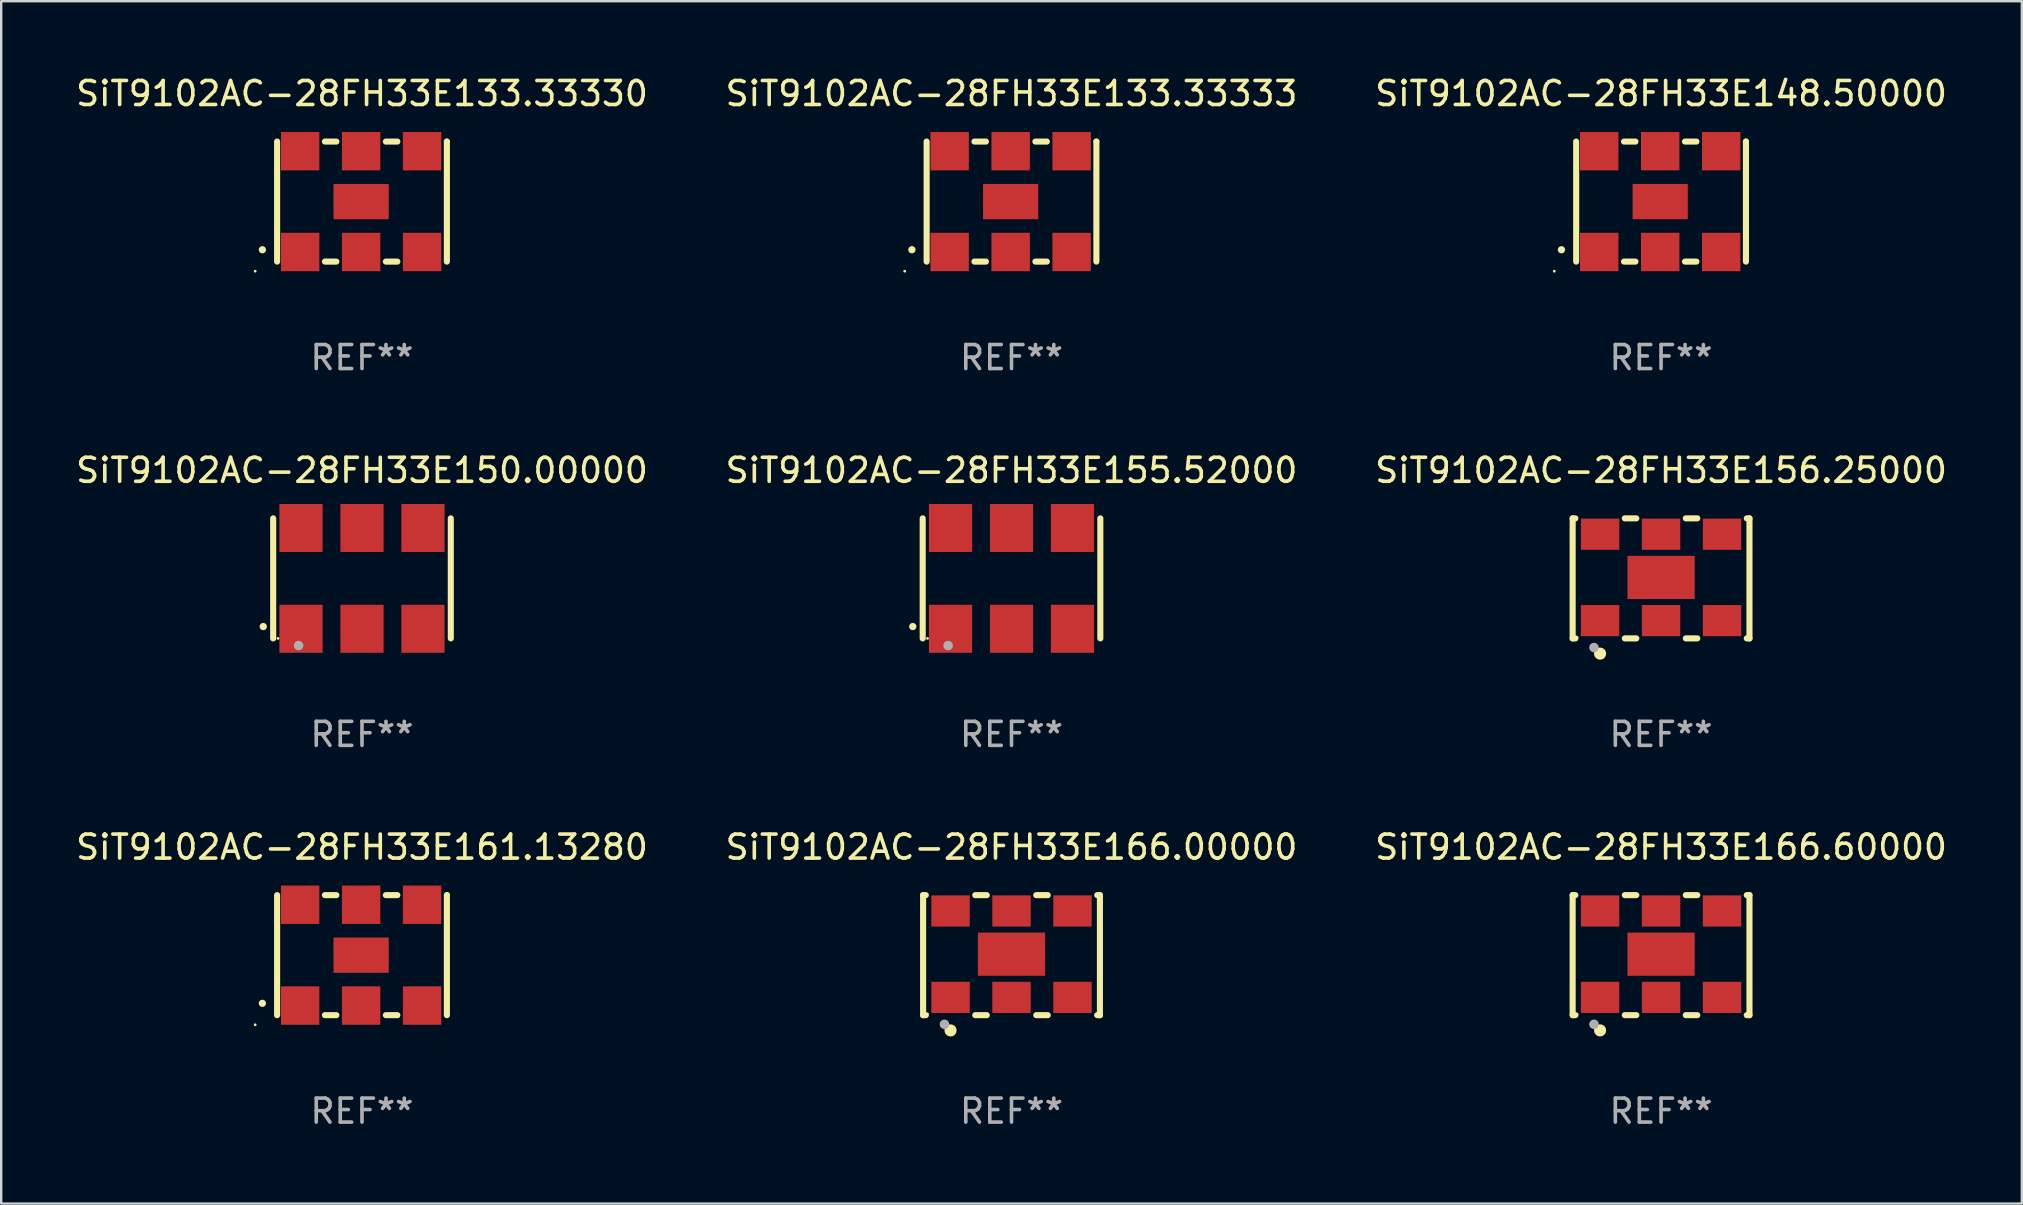
<source format=kicad_pcb>
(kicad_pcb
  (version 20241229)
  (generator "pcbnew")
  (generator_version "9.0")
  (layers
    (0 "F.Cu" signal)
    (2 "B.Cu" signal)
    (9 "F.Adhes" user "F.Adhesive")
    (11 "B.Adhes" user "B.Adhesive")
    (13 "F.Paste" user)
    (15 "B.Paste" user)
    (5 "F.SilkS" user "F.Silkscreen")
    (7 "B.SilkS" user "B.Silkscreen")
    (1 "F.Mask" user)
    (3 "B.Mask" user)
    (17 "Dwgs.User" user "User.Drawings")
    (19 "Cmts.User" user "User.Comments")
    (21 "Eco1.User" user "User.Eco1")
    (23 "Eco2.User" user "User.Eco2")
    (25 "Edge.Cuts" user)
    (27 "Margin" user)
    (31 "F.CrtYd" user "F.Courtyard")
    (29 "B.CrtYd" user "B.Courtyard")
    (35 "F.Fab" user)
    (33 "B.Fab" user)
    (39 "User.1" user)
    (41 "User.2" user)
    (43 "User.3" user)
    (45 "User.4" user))
  (footprint "SiT9102AC-28FH33E133.33330"
    (layer "F.Cu")
    (at 12.03 5.348)
    (property "Reference" "SiT9102AC-28FH33E133.33330" (at 0 -4.5 0) (layer "F.SilkS") (effects (font (size 1 1) (thickness 0.15))))
    (attr through_hole)
    (fp_line (start -3.536 -2.5) (end -3.536 2.5) (stroke (width 0.254) (type solid)) (layer "F.SilkS"))
    (fp_line (start -1.544 2.5) (end -1.067 2.5) (stroke (width 0.254) (type solid)) (layer "F.SilkS"))
    (fp_line (start -1.067 -2.5) (end -1.544 -2.5) (stroke (width 0.254) (type solid)) (layer "F.SilkS"))
    (fp_line (start 0.996 2.5) (end 1.473 2.5) (stroke (width 0.254) (type solid)) (layer "F.SilkS"))
    (fp_line (start 1.473 -2.5) (end 0.996 -2.5) (stroke (width 0.254) (type solid)) (layer "F.SilkS"))
    (fp_line (start 3.536 -2.5) (end 3.536 -2.5) (stroke (width 0.254) (type solid)) (layer "F.SilkS"))
    (fp_line (start 3.536 2.5) (end 3.536 -2.5) (stroke (width 0.254) (type solid)) (layer "F.SilkS"))
    (fp_arc (start -4.150432 2.006604) (mid -4.149162 2.006599) (end -4.147892 2.006604) (stroke (width 0.3) (type solid)) (layer "F.SilkS"))
    (fp_circle (center -4.449 2.9) (end -4.419 2.9) (stroke (width 0.06) (type solid)) (fill no) (layer "F.SilkS"))
    (fp_text user "REF**" (at 0 6.5 0) (layer "F.Fab") (effects (font (size 1 1) (thickness 0.15))))
    (pad "1" smd rect (at -2.576 2.1) (size 1.6 1.6) (layers "F.Cu" "F.Mask" "F.Paste"))
    (pad "2" smd rect (at -0.036 2.1) (size 1.6 1.6) (layers "F.Cu" "F.Mask" "F.Paste"))
    (pad "3" smd rect (at 2.504 2.1) (size 1.6 1.6) (layers "F.Cu" "F.Mask" "F.Paste"))
    (pad "4" smd rect (at 2.504 -2.1) (size 1.6 1.6) (layers "F.Cu" "F.Mask" "F.Paste"))
    (pad "5" smd rect (at -0.036 -2.1) (size 1.6 1.6) (layers "F.Cu" "F.Mask" "F.Paste"))
    (pad "6" smd rect (at -2.576 -2.1) (size 1.6 1.6) (layers "F.Cu" "F.Mask" "F.Paste"))
    (pad "7" smd rect (at -0.036 0) (size 2.3 1.47) (layers "F.Cu" "F.Mask" "F.Paste")))
  (footprint "SiT9102AC-28FH33E148.50000"
    (layer "F.Cu")
    (at 66.149 5.348)
    (property "Reference" "SiT9102AC-28FH33E148.50000" (at 0 -4.5 0) (layer "F.SilkS") (effects (font (size 1 1) (thickness 0.15))))
    (attr through_hole)
    (fp_line (start -3.536 -2.5) (end -3.536 2.5) (stroke (width 0.254) (type solid)) (layer "F.SilkS"))
    (fp_line (start -1.544 2.5) (end -1.067 2.5) (stroke (width 0.254) (type solid)) (layer "F.SilkS"))
    (fp_line (start -1.067 -2.5) (end -1.544 -2.5) (stroke (width 0.254) (type solid)) (layer "F.SilkS"))
    (fp_line (start 0.996 2.5) (end 1.473 2.5) (stroke (width 0.254) (type solid)) (layer "F.SilkS"))
    (fp_line (start 1.473 -2.5) (end 0.996 -2.5) (stroke (width 0.254) (type solid)) (layer "F.SilkS"))
    (fp_line (start 3.536 -2.5) (end 3.536 -2.5) (stroke (width 0.254) (type solid)) (layer "F.SilkS"))
    (fp_line (start 3.536 2.5) (end 3.536 -2.5) (stroke (width 0.254) (type solid)) (layer "F.SilkS"))
    (fp_arc (start -4.150432 2.006604) (mid -4.149162 2.006599) (end -4.147892 2.006604) (stroke (width 0.3) (type solid)) (layer "F.SilkS"))
    (fp_circle (center -4.449 2.9) (end -4.419 2.9) (stroke (width 0.06) (type solid)) (fill no) (layer "F.SilkS"))
    (fp_text user "REF**" (at 0 6.5 0) (layer "F.Fab") (effects (font (size 1 1) (thickness 0.15))))
    (pad "1" smd rect (at -2.576 2.1) (size 1.6 1.6) (layers "F.Cu" "F.Mask" "F.Paste"))
    (pad "2" smd rect (at -0.036 2.1) (size 1.6 1.6) (layers "F.Cu" "F.Mask" "F.Paste"))
    (pad "3" smd rect (at 2.504 2.1) (size 1.6 1.6) (layers "F.Cu" "F.Mask" "F.Paste"))
    (pad "4" smd rect (at 2.504 -2.1) (size 1.6 1.6) (layers "F.Cu" "F.Mask" "F.Paste"))
    (pad "5" smd rect (at -0.036 -2.1) (size 1.6 1.6) (layers "F.Cu" "F.Mask" "F.Paste"))
    (pad "6" smd rect (at -2.576 -2.1) (size 1.6 1.6) (layers "F.Cu" "F.Mask" "F.Paste"))
    (pad "7" smd rect (at -0.036 0) (size 2.3 1.47) (layers "F.Cu" "F.Mask" "F.Paste")))
  (footprint "SiT9102AC-28FH33E150.00000"
    (layer "F.Cu")
    (at 12.03 21.045)
    (property "Reference" "SiT9102AC-28FH33E150.00000" (at 0 -4.5 0) (layer "F.SilkS") (effects (font (size 1 1) (thickness 0.15))))
    (attr through_hole)
    (fp_line (start -3.7 -2.5) (end -3.7 2.5) (stroke (width 0.254) (type solid)) (layer "F.SilkS"))
    (fp_line (start 3.7 -2.5) (end 3.7 2.5) (stroke (width 0.254) (type solid)) (layer "F.SilkS"))
    (fp_arc (start -4.114415 2.006604) (mid -4.113145 2.006599) (end -4.111875 2.006604) (stroke (width 0.3) (type solid)) (layer "F.SilkS"))
    (fp_circle (center -3.5 2.501) (end -3.47 2.501) (stroke (width 0.06) (type solid)) (fill no) (layer "F.SilkS"))
    (fp_circle (center -2.641 2.799) (end -2.541 2.799) (stroke (width 0.2) (type solid)) (fill no) (layer "F.Fab"))
    (fp_text user "REF**" (at 0 6.5 0) (layer "F.Fab") (effects (font (size 1 1) (thickness 0.15))))
    (pad "1" smd rect (at -2.54 2.1) (size 1.8 2) (layers "F.Cu" "F.Mask" "F.Paste"))
    (pad "2" smd rect (at 0.000394 2.1) (size 1.8 2) (layers "F.Cu" "F.Mask" "F.Paste"))
    (pad "3" smd rect (at 2.54 2.1) (size 1.8 2) (layers "F.Cu" "F.Mask" "F.Paste"))
    (pad "4" smd rect (at 2.54 -2.1) (size 1.8 2) (layers "F.Cu" "F.Mask" "F.Paste"))
    (pad "5" smd rect (at 0.000394 -2.1) (size 1.8 2) (layers "F.Cu" "F.Mask" "F.Paste"))
    (pad "6" smd rect (at -2.54 -2.1) (size 1.8 2) (layers "F.Cu" "F.Mask" "F.Paste")))
  (footprint "SiT9102AC-28FH33E161.13280"
    (layer "F.Cu")
    (at 12.03 36.741)
    (property "Reference" "SiT9102AC-28FH33E161.13280" (at 0 -4.5 0) (layer "F.SilkS") (effects (font (size 1 1) (thickness 0.15))))
    (attr through_hole)
    (fp_line (start -3.536 -2.5) (end -3.536 2.5) (stroke (width 0.254) (type solid)) (layer "F.SilkS"))
    (fp_line (start -1.544 2.5) (end -1.067 2.5) (stroke (width 0.254) (type solid)) (layer "F.SilkS"))
    (fp_line (start -1.067 -2.5) (end -1.544 -2.5) (stroke (width 0.254) (type solid)) (layer "F.SilkS"))
    (fp_line (start 0.996 2.5) (end 1.473 2.5) (stroke (width 0.254) (type solid)) (layer "F.SilkS"))
    (fp_line (start 1.473 -2.5) (end 0.996 -2.5) (stroke (width 0.254) (type solid)) (layer "F.SilkS"))
    (fp_line (start 3.536 -2.5) (end 3.536 -2.5) (stroke (width 0.254) (type solid)) (layer "F.SilkS"))
    (fp_line (start 3.536 2.5) (end 3.536 -2.5) (stroke (width 0.254) (type solid)) (layer "F.SilkS"))
    (fp_arc (start -4.150432 2.006604) (mid -4.149162 2.006599) (end -4.147892 2.006604) (stroke (width 0.3) (type solid)) (layer "F.SilkS"))
    (fp_circle (center -4.449 2.9) (end -4.419 2.9) (stroke (width 0.06) (type solid)) (fill no) (layer "F.SilkS"))
    (fp_text user "REF**" (at 0 6.5 0) (layer "F.Fab") (effects (font (size 1 1) (thickness 0.15))))
    (pad "1" smd rect (at -2.576 2.1) (size 1.6 1.6) (layers "F.Cu" "F.Mask" "F.Paste"))
    (pad "2" smd rect (at -0.036 2.1) (size 1.6 1.6) (layers "F.Cu" "F.Mask" "F.Paste"))
    (pad "3" smd rect (at 2.504 2.1) (size 1.6 1.6) (layers "F.Cu" "F.Mask" "F.Paste"))
    (pad "4" smd rect (at 2.504 -2.1) (size 1.6 1.6) (layers "F.Cu" "F.Mask" "F.Paste"))
    (pad "5" smd rect (at -0.036 -2.1) (size 1.6 1.6) (layers "F.Cu" "F.Mask" "F.Paste"))
    (pad "6" smd rect (at -2.576 -2.1) (size 1.6 1.6) (layers "F.Cu" "F.Mask" "F.Paste"))
    (pad "7" smd rect (at -0.036 0) (size 2.3 1.47) (layers "F.Cu" "F.Mask" "F.Paste")))
  (footprint "SiT9102AC-28FH33E166.60000"
    (layer "F.Cu")
    (at 66.149 36.741)
    (property "Reference" "SiT9102AC-28FH33E166.60000" (at 0 -4.5 0) (layer "F.SilkS") (effects (font (size 1 1) (thickness 0.15))))
    (attr through_hole)
    (fp_line (start -3.683 -2.5) (end -3.571 -2.5) (stroke (width 0.254) (type solid)) (layer "F.SilkS"))
    (fp_line (start -3.683 2.5) (end -3.683 -2.5) (stroke (width 0.254) (type solid)) (layer "F.SilkS"))
    (fp_line (start -3.683 2.5) (end -3.571 2.5) (stroke (width 0.254) (type solid)) (layer "F.SilkS"))
    (fp_line (start -1.509 -2.5) (end -1.031 -2.5) (stroke (width 0.254) (type solid)) (layer "F.SilkS"))
    (fp_line (start -1.509 2.5) (end -1.031 2.5) (stroke (width 0.254) (type solid)) (layer "F.SilkS"))
    (fp_line (start 1.031 -2.5) (end 1.509 -2.5) (stroke (width 0.254) (type solid)) (layer "F.SilkS"))
    (fp_line (start 1.031 2.5) (end 1.509 2.5) (stroke (width 0.254) (type solid)) (layer "F.SilkS"))
    (fp_line (start 3.571 -2.5) (end 3.683 -2.5) (stroke (width 0.254) (type solid)) (layer "F.SilkS"))
    (fp_line (start 3.571 2.5) (end 3.683 2.5) (stroke (width 0.254) (type solid)) (layer "F.SilkS"))
    (fp_line (start 3.683 2.5) (end 3.683 -2.5) (stroke (width 0.254) (type solid)) (layer "F.SilkS"))
    (fp_circle (center -3.5 2.46) (end -3.47 2.46) (stroke (width 0.06) (type solid)) (fill no) (layer "F.SilkS"))
    (fp_circle (center -2.54 3.135) (end -2.413 3.135) (stroke (width 0.254) (type solid)) (fill no) (layer "F.SilkS"))
    (fp_circle (center -2.794 2.881) (end -2.694 2.881) (stroke (width 0.2) (type solid)) (fill no) (layer "F.Fab"))
    (fp_text user "REF**" (at 0 6.5 0) (layer "F.Fab") (effects (font (size 1 1) (thickness 0.15))))
    (pad "1" smd rect (at -2.54 1.76) (size 1.6 1.3) (layers "F.Cu" "F.Mask" "F.Paste"))
    (pad "2" smd rect (at 0 1.76) (size 1.6 1.3) (layers "F.Cu" "F.Mask" "F.Paste"))
    (pad "3" smd rect (at 2.54 1.76) (size 1.6 1.3) (layers "F.Cu" "F.Mask" "F.Paste"))
    (pad "4" smd rect (at 2.54 -1.84) (size 1.6 1.3) (layers "F.Cu" "F.Mask" "F.Paste"))
    (pad "5" smd rect (at 0 -1.84) (size 1.6 1.3) (layers "F.Cu" "F.Mask" "F.Paste"))
    (pad "6" smd rect (at -2.54 -1.84) (size 1.6 1.3) (layers "F.Cu" "F.Mask" "F.Paste"))
    (pad "7" smd rect (at 0 -0.04) (size 2.8 1.8) (layers "F.Cu" "F.Mask" "F.Paste")))
  (footprint "SiT9102AC-28FH33E133.33333"
    (layer "F.Cu")
    (at 39.089 5.348)
    (property "Reference" "SiT9102AC-28FH33E133.33333" (at 0 -4.5 0) (layer "F.SilkS") (effects (font (size 1 1) (thickness 0.15))))
    (attr through_hole)
    (fp_line (start -3.536 -2.5) (end -3.536 2.5) (stroke (width 0.254) (type solid)) (layer "F.SilkS"))
    (fp_line (start -1.544 2.5) (end -1.067 2.5) (stroke (width 0.254) (type solid)) (layer "F.SilkS"))
    (fp_line (start -1.067 -2.5) (end -1.544 -2.5) (stroke (width 0.254) (type solid)) (layer "F.SilkS"))
    (fp_line (start 0.996 2.5) (end 1.473 2.5) (stroke (width 0.254) (type solid)) (layer "F.SilkS"))
    (fp_line (start 1.473 -2.5) (end 0.996 -2.5) (stroke (width 0.254) (type solid)) (layer "F.SilkS"))
    (fp_line (start 3.536 -2.5) (end 3.536 -2.5) (stroke (width 0.254) (type solid)) (layer "F.SilkS"))
    (fp_line (start 3.536 2.5) (end 3.536 -2.5) (stroke (width 0.254) (type solid)) (layer "F.SilkS"))
    (fp_arc (start -4.150432 2.006604) (mid -4.149162 2.006599) (end -4.147892 2.006604) (stroke (width 0.3) (type solid)) (layer "F.SilkS"))
    (fp_circle (center -4.449 2.9) (end -4.419 2.9) (stroke (width 0.06) (type solid)) (fill no) (layer "F.SilkS"))
    (fp_text user "REF**" (at 0 6.5 0) (layer "F.Fab") (effects (font (size 1 1) (thickness 0.15))))
    (pad "1" smd rect (at -2.576 2.1) (size 1.6 1.6) (layers "F.Cu" "F.Mask" "F.Paste"))
    (pad "2" smd rect (at -0.036 2.1) (size 1.6 1.6) (layers "F.Cu" "F.Mask" "F.Paste"))
    (pad "3" smd rect (at 2.504 2.1) (size 1.6 1.6) (layers "F.Cu" "F.Mask" "F.Paste"))
    (pad "4" smd rect (at 2.504 -2.1) (size 1.6 1.6) (layers "F.Cu" "F.Mask" "F.Paste"))
    (pad "5" smd rect (at -0.036 -2.1) (size 1.6 1.6) (layers "F.Cu" "F.Mask" "F.Paste"))
    (pad "6" smd rect (at -2.576 -2.1) (size 1.6 1.6) (layers "F.Cu" "F.Mask" "F.Paste"))
    (pad "7" smd rect (at -0.036 0) (size 2.3 1.47) (layers "F.Cu" "F.Mask" "F.Paste")))
  (footprint "SiT9102AC-28FH33E156.25000"
    (layer "F.Cu")
    (at 66.149 21.045)
    (property "Reference" "SiT9102AC-28FH33E156.25000" (at 0 -4.5 0) (layer "F.SilkS") (effects (font (size 1 1) (thickness 0.15))))
    (attr through_hole)
    (fp_line (start -3.683 -2.5) (end -3.571 -2.5) (stroke (width 0.254) (type solid)) (layer "F.SilkS"))
    (fp_line (start -3.683 2.5) (end -3.683 -2.5) (stroke (width 0.254) (type solid)) (layer "F.SilkS"))
    (fp_line (start -3.683 2.5) (end -3.571 2.5) (stroke (width 0.254) (type solid)) (layer "F.SilkS"))
    (fp_line (start -1.509 -2.5) (end -1.031 -2.5) (stroke (width 0.254) (type solid)) (layer "F.SilkS"))
    (fp_line (start -1.509 2.5) (end -1.031 2.5) (stroke (width 0.254) (type solid)) (layer "F.SilkS"))
    (fp_line (start 1.031 -2.5) (end 1.509 -2.5) (stroke (width 0.254) (type solid)) (layer "F.SilkS"))
    (fp_line (start 1.031 2.5) (end 1.509 2.5) (stroke (width 0.254) (type solid)) (layer "F.SilkS"))
    (fp_line (start 3.571 -2.5) (end 3.683 -2.5) (stroke (width 0.254) (type solid)) (layer "F.SilkS"))
    (fp_line (start 3.571 2.5) (end 3.683 2.5) (stroke (width 0.254) (type solid)) (layer "F.SilkS"))
    (fp_line (start 3.683 2.5) (end 3.683 -2.5) (stroke (width 0.254) (type solid)) (layer "F.SilkS"))
    (fp_circle (center -3.5 2.46) (end -3.47 2.46) (stroke (width 0.06) (type solid)) (fill no) (layer "F.SilkS"))
    (fp_circle (center -2.54 3.135) (end -2.413 3.135) (stroke (width 0.254) (type solid)) (fill no) (layer "F.SilkS"))
    (fp_circle (center -2.794 2.881) (end -2.694 2.881) (stroke (width 0.2) (type solid)) (fill no) (layer "F.Fab"))
    (fp_text user "REF**" (at 0 6.5 0) (layer "F.Fab") (effects (font (size 1 1) (thickness 0.15))))
    (pad "1" smd rect (at -2.54 1.76) (size 1.6 1.3) (layers "F.Cu" "F.Mask" "F.Paste"))
    (pad "2" smd rect (at 0 1.76) (size 1.6 1.3) (layers "F.Cu" "F.Mask" "F.Paste"))
    (pad "3" smd rect (at 2.54 1.76) (size 1.6 1.3) (layers "F.Cu" "F.Mask" "F.Paste"))
    (pad "4" smd rect (at 2.54 -1.84) (size 1.6 1.3) (layers "F.Cu" "F.Mask" "F.Paste"))
    (pad "5" smd rect (at 0 -1.84) (size 1.6 1.3) (layers "F.Cu" "F.Mask" "F.Paste"))
    (pad "6" smd rect (at -2.54 -1.84) (size 1.6 1.3) (layers "F.Cu" "F.Mask" "F.Paste"))
    (pad "7" smd rect (at 0 -0.04) (size 2.8 1.8) (layers "F.Cu" "F.Mask" "F.Paste")))
  (footprint "SiT9102AC-28FH33E166.00000"
    (layer "F.Cu")
    (at 39.089 36.741)
    (property "Reference" "SiT9102AC-28FH33E166.00000" (at 0 -4.5 0) (layer "F.SilkS") (effects (font (size 1 1) (thickness 0.15))))
    (attr through_hole)
    (fp_line (start -3.683 -2.5) (end -3.571 -2.5) (stroke (width 0.254) (type solid)) (layer "F.SilkS"))
    (fp_line (start -3.683 2.5) (end -3.683 -2.5) (stroke (width 0.254) (type solid)) (layer "F.SilkS"))
    (fp_line (start -3.683 2.5) (end -3.571 2.5) (stroke (width 0.254) (type solid)) (layer "F.SilkS"))
    (fp_line (start -1.509 -2.5) (end -1.031 -2.5) (stroke (width 0.254) (type solid)) (layer "F.SilkS"))
    (fp_line (start -1.509 2.5) (end -1.031 2.5) (stroke (width 0.254) (type solid)) (layer "F.SilkS"))
    (fp_line (start 1.031 -2.5) (end 1.509 -2.5) (stroke (width 0.254) (type solid)) (layer "F.SilkS"))
    (fp_line (start 1.031 2.5) (end 1.509 2.5) (stroke (width 0.254) (type solid)) (layer "F.SilkS"))
    (fp_line (start 3.571 -2.5) (end 3.683 -2.5) (stroke (width 0.254) (type solid)) (layer "F.SilkS"))
    (fp_line (start 3.571 2.5) (end 3.683 2.5) (stroke (width 0.254) (type solid)) (layer "F.SilkS"))
    (fp_line (start 3.683 2.5) (end 3.683 -2.5) (stroke (width 0.254) (type solid)) (layer "F.SilkS"))
    (fp_circle (center -3.5 2.46) (end -3.47 2.46) (stroke (width 0.06) (type solid)) (fill no) (layer "F.SilkS"))
    (fp_circle (center -2.54 3.135) (end -2.413 3.135) (stroke (width 0.254) (type solid)) (fill no) (layer "F.SilkS"))
    (fp_circle (center -2.794 2.881) (end -2.694 2.881) (stroke (width 0.2) (type solid)) (fill no) (layer "F.Fab"))
    (fp_text user "REF**" (at 0 6.5 0) (layer "F.Fab") (effects (font (size 1 1) (thickness 0.15))))
    (pad "1" smd rect (at -2.54 1.76) (size 1.6 1.3) (layers "F.Cu" "F.Mask" "F.Paste"))
    (pad "2" smd rect (at 0 1.76) (size 1.6 1.3) (layers "F.Cu" "F.Mask" "F.Paste"))
    (pad "3" smd rect (at 2.54 1.76) (size 1.6 1.3) (layers "F.Cu" "F.Mask" "F.Paste"))
    (pad "4" smd rect (at 2.54 -1.84) (size 1.6 1.3) (layers "F.Cu" "F.Mask" "F.Paste"))
    (pad "5" smd rect (at 0 -1.84) (size 1.6 1.3) (layers "F.Cu" "F.Mask" "F.Paste"))
    (pad "6" smd rect (at -2.54 -1.84) (size 1.6 1.3) (layers "F.Cu" "F.Mask" "F.Paste"))
    (pad "7" smd rect (at 0 -0.04) (size 2.8 1.8) (layers "F.Cu" "F.Mask" "F.Paste")))
  (footprint "SiT9102AC-28FH33E155.52000"
    (layer "F.Cu")
    (at 39.089 21.045)
    (property "Reference" "SiT9102AC-28FH33E155.52000" (at 0 -4.5 0) (layer "F.SilkS") (effects (font (size 1 1) (thickness 0.15))))
    (attr through_hole)
    (fp_line (start -3.7 -2.5) (end -3.7 2.5) (stroke (width 0.254) (type solid)) (layer "F.SilkS"))
    (fp_line (start 3.7 -2.5) (end 3.7 2.5) (stroke (width 0.254) (type solid)) (layer "F.SilkS"))
    (fp_arc (start -4.114415 2.006604) (mid -4.113145 2.006599) (end -4.111875 2.006604) (stroke (width 0.3) (type solid)) (layer "F.SilkS"))
    (fp_circle (center -3.5 2.501) (end -3.47 2.501) (stroke (width 0.06) (type solid)) (fill no) (layer "F.SilkS"))
    (fp_circle (center -2.641 2.799) (end -2.541 2.799) (stroke (width 0.2) (type solid)) (fill no) (layer "F.Fab"))
    (fp_text user "REF**" (at 0 6.5 0) (layer "F.Fab") (effects (font (size 1 1) (thickness 0.15))))
    (pad "1" smd rect (at -2.54 2.1) (size 1.8 2) (layers "F.Cu" "F.Mask" "F.Paste"))
    (pad "2" smd rect (at 0.000394 2.1) (size 1.8 2) (layers "F.Cu" "F.Mask" "F.Paste"))
    (pad "3" smd rect (at 2.54 2.1) (size 1.8 2) (layers "F.Cu" "F.Mask" "F.Paste"))
    (pad "4" smd rect (at 2.54 -2.1) (size 1.8 2) (layers "F.Cu" "F.Mask" "F.Paste"))
    (pad "5" smd rect (at 0.000394 -2.1) (size 1.8 2) (layers "F.Cu" "F.Mask" "F.Paste"))
    (pad "6" smd rect (at -2.54 -2.1) (size 1.8 2) (layers "F.Cu" "F.Mask" "F.Paste")))
  (gr_rect
    (start -3 -3)
    (end 81.179 47.09)
    (stroke (width 0.1) (type default))
    (fill no)
    (layer "Edge.Cuts")))
</source>
